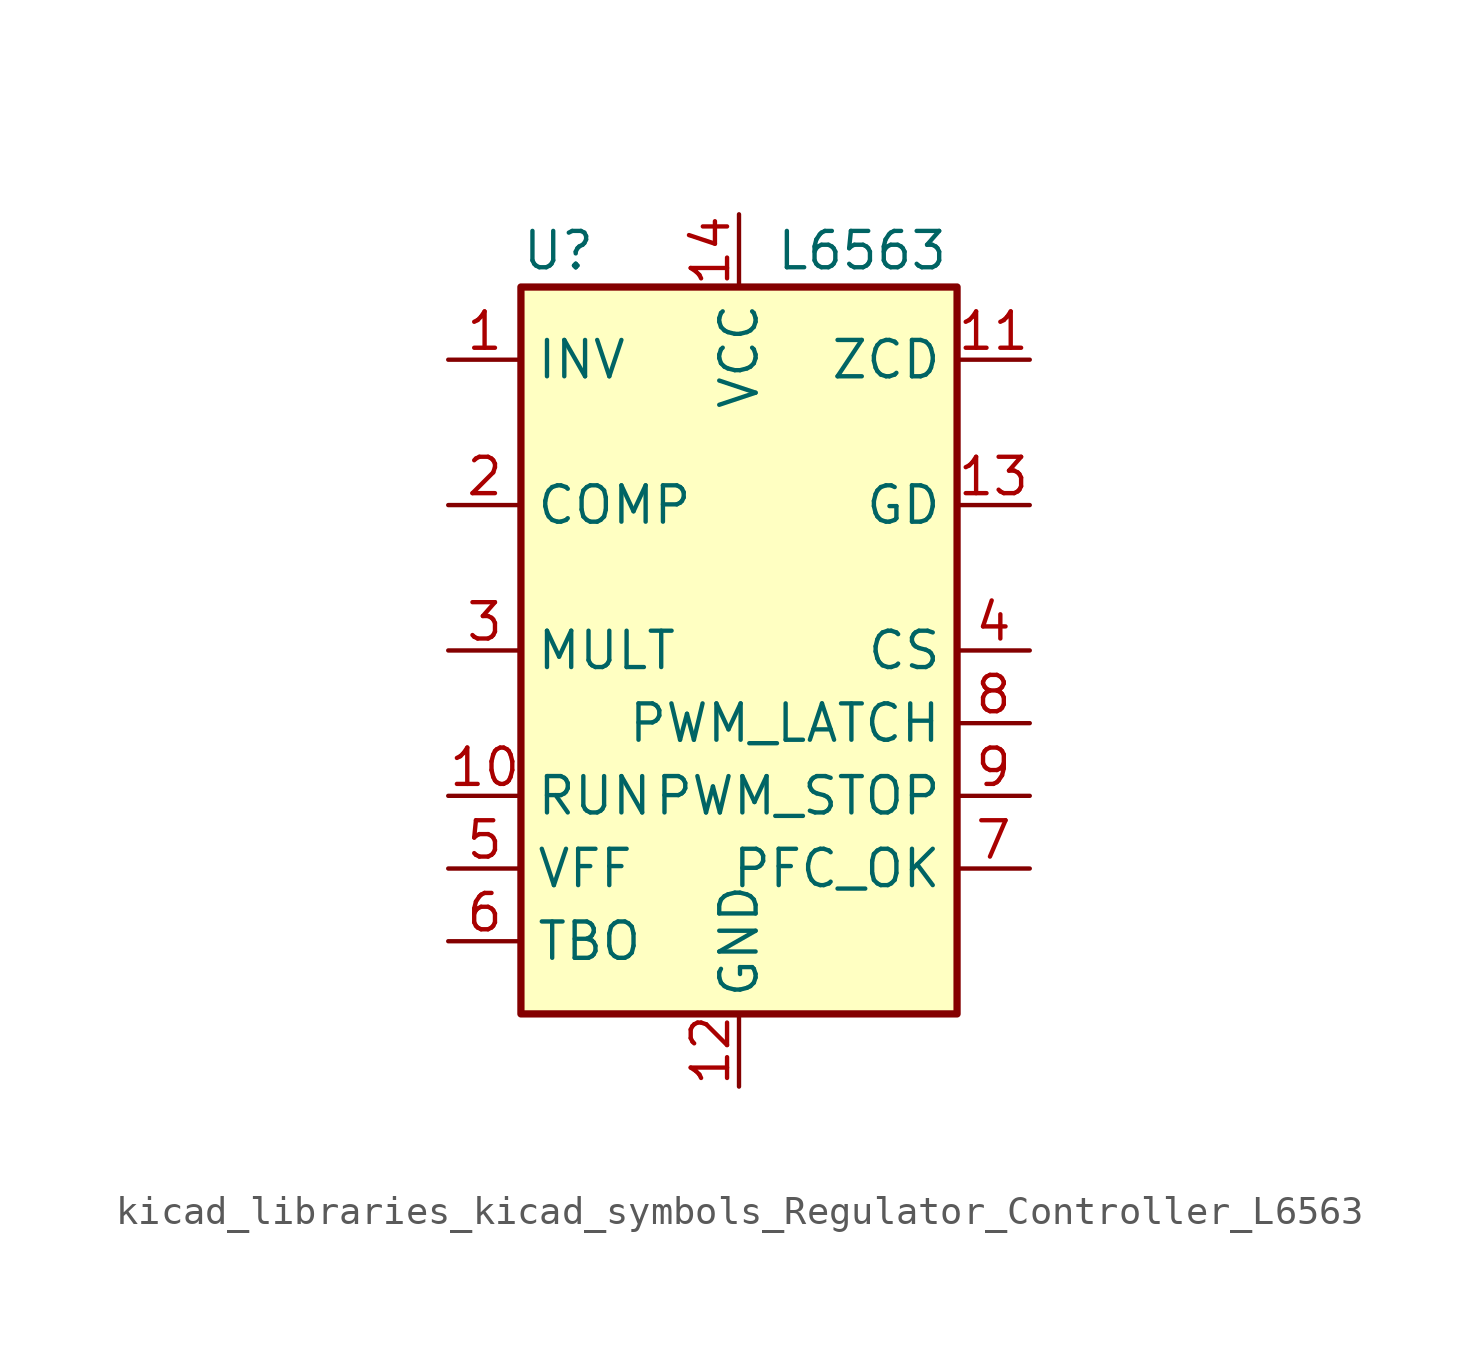
<source format=kicad_sym>
(kicad_symbol_lib
  (version 20220914)
  (generator kicad_symbol_editor)
  (symbol "kicad_libraries_kicad_symbols_Regulator_Controller_L6563"
    (property "Reference" "U"
      (at -7.62 13.97 0)
      (effects (font (size 1.27 1.27)) (justify left)))
    (property "Value" "L6563"
      (at 1.27 13.97 0)
      (effects (font (size 1.27 1.27)) (justify left)))
    (symbol "kicad_libraries_kicad_symbols_Regulator_Controller_L6563_0_0"
      (rectangle (start -7.62 12.7) (end 7.62 -12.7) (stroke (width 0.254) (type default)) (fill (type background))))
    (symbol "kicad_libraries_kicad_symbols_Regulator_Controller_L6563_1_1"
      (pin input line (at -10.16 10.16 0) (length 2.54) (name "INV" (effects (font (size 1.27 1.27)))) (number "1" (effects (font (size 1.27 1.27)))))
      (pin input line (at -10.16 -5.08 0) (length 2.54) (name "RUN" (effects (font (size 1.27 1.27)))) (number "10" (effects (font (size 1.27 1.27)))))
      (pin input line (at 10.16 10.16 180) (length 2.54) (name "ZCD" (effects (font (size 1.27 1.27)))) (number "11" (effects (font (size 1.27 1.27)))))
      (pin power_in line (at 0 -15.24 90) (length 2.54) (name "GND" (effects (font (size 1.27 1.27)))) (number "12" (effects (font (size 1.27 1.27)))))
      (pin output line (at 10.16 5.08 180) (length 2.54) (name "GD" (effects (font (size 1.27 1.27)))) (number "13" (effects (font (size 1.27 1.27)))))
      (pin power_in line (at 0 15.24 270) (length 2.54) (name "VCC" (effects (font (size 1.27 1.27)))) (number "14" (effects (font (size 1.27 1.27)))))
      (pin output line (at -10.16 5.08 0) (length 2.54) (name "COMP" (effects (font (size 1.27 1.27)))) (number "2" (effects (font (size 1.27 1.27)))))
      (pin input line (at -10.16 0 0) (length 2.54) (name "MULT" (effects (font (size 1.27 1.27)))) (number "3" (effects (font (size 1.27 1.27)))))
      (pin input line (at 10.16 0 180) (length 2.54) (name "CS" (effects (font (size 1.27 1.27)))) (number "4" (effects (font (size 1.27 1.27)))))
      (pin passive line (at -10.16 -7.62 0) (length 2.54) (name "VFF" (effects (font (size 1.27 1.27)))) (number "5" (effects (font (size 1.27 1.27)))))
      (pin passive line (at -10.16 -10.16 0) (length 2.54) (name "TBO" (effects (font (size 1.27 1.27)))) (number "6" (effects (font (size 1.27 1.27)))))
      (pin input line (at 10.16 -7.62 180) (length 2.54) (name "PFC_OK" (effects (font (size 1.27 1.27)))) (number "7" (effects (font (size 1.27 1.27)))))
      (pin output line (at 10.16 -2.54 180) (length 2.54) (name "PWM_LATCH" (effects (font (size 1.27 1.27)))) (number "8" (effects (font (size 1.27 1.27)))))
      (pin output line (at 10.16 -5.08 180) (length 2.54) (name "PWM_STOP" (effects (font (size 1.27 1.27)))) (number "9" (effects (font (size 1.27 1.27))))))))
</source>
